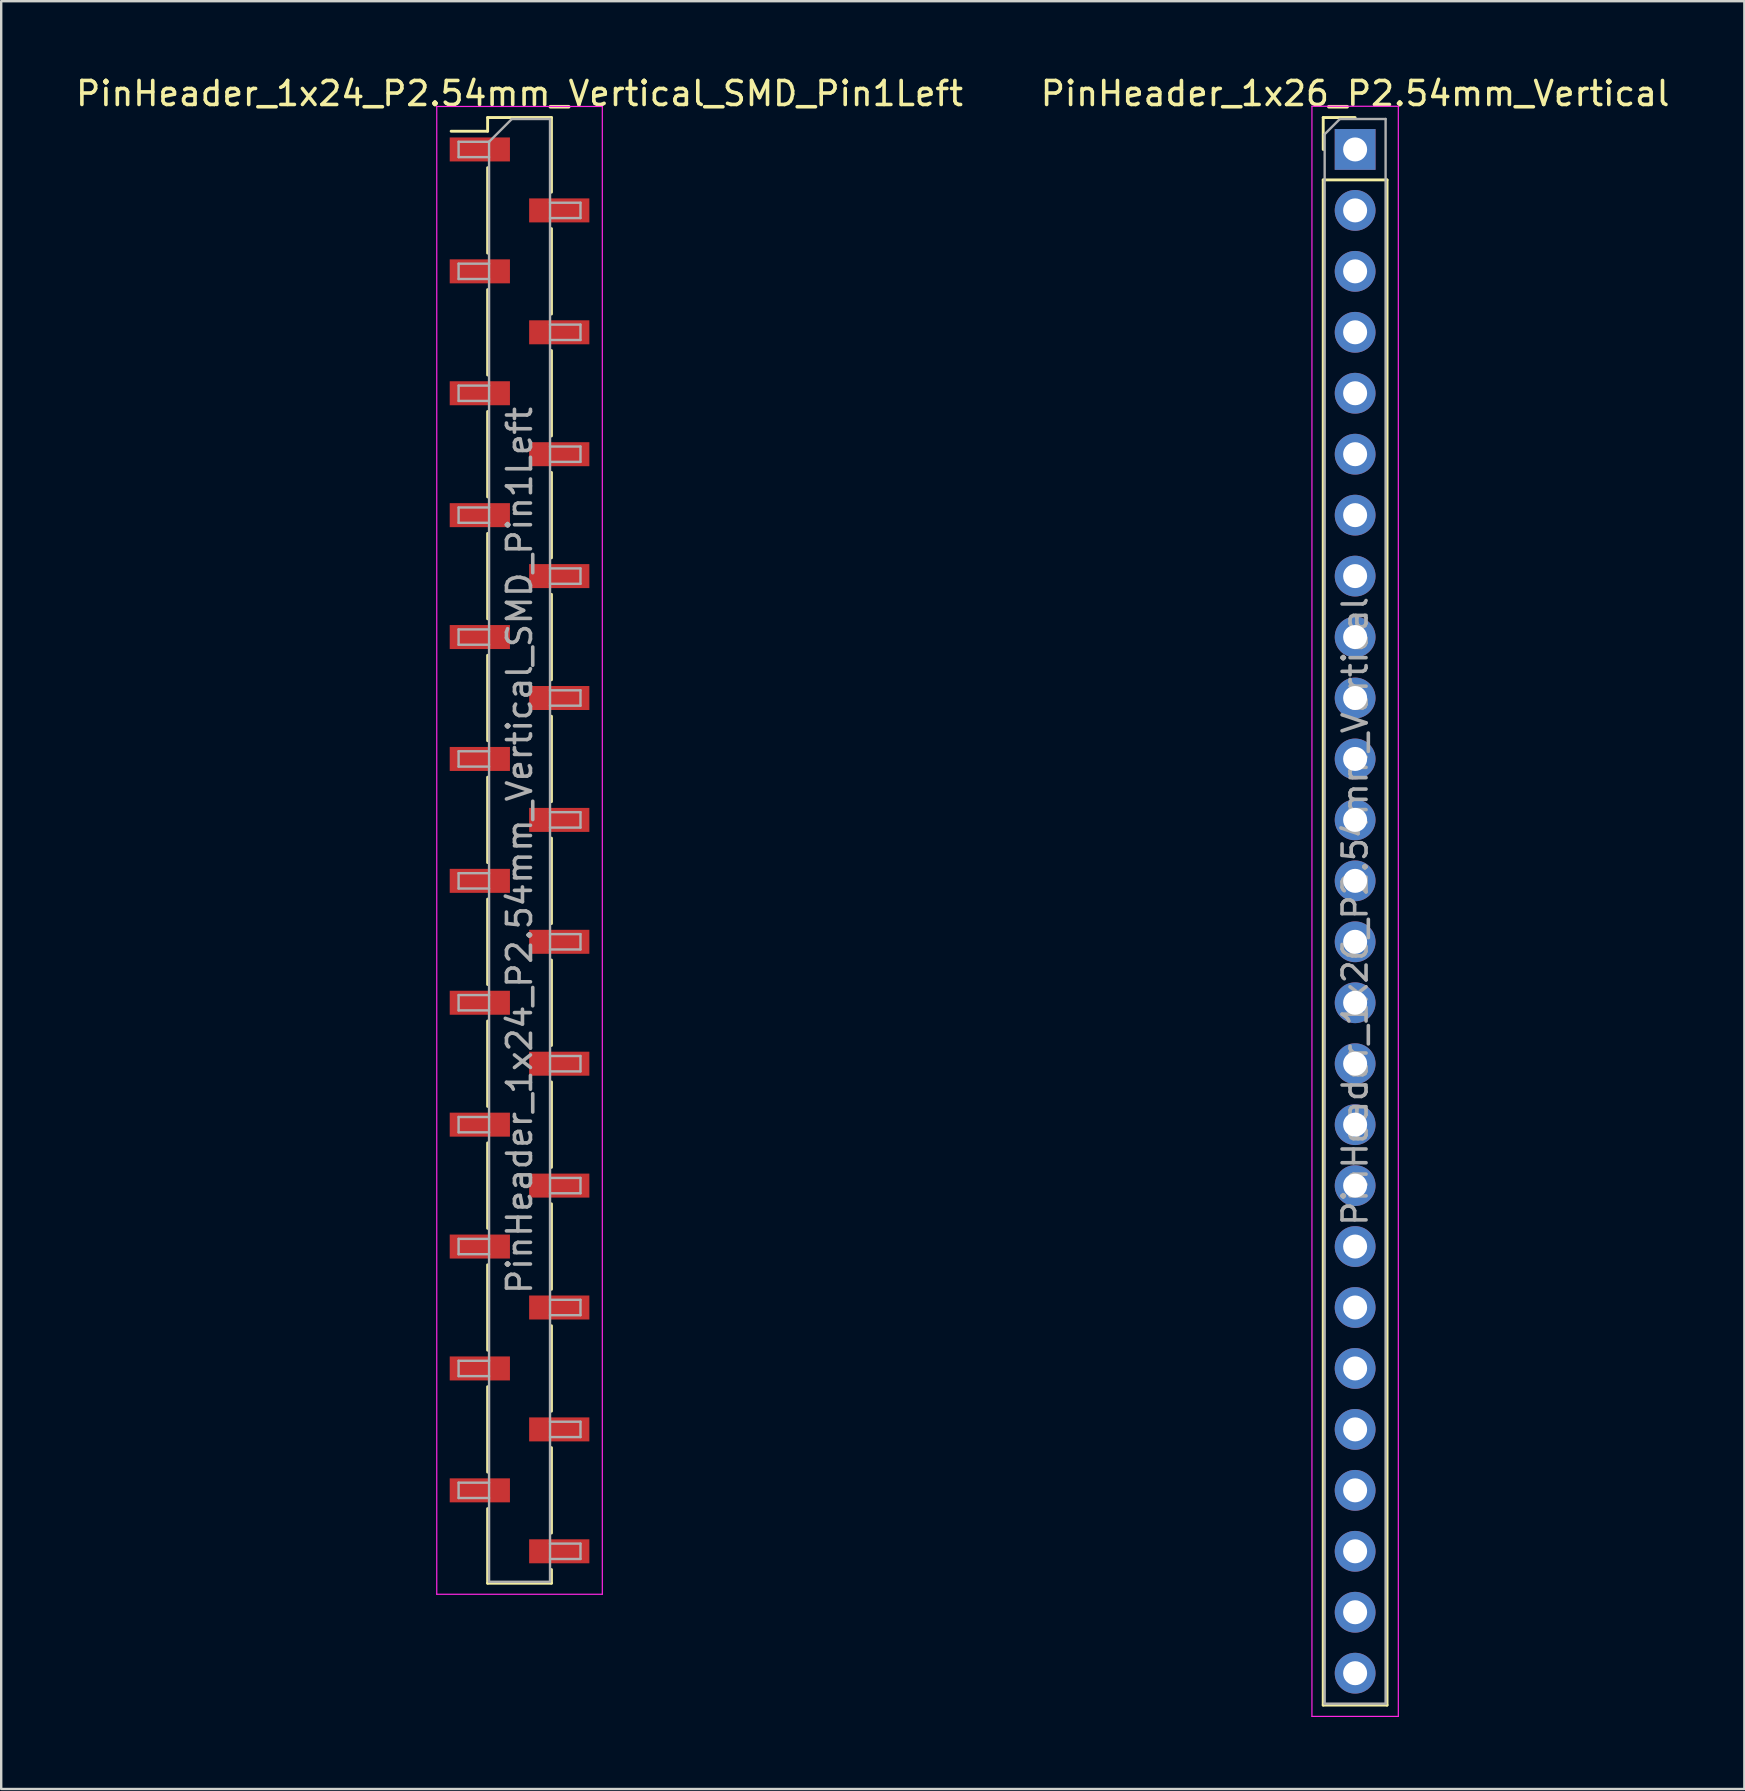
<source format=kicad_pcb>
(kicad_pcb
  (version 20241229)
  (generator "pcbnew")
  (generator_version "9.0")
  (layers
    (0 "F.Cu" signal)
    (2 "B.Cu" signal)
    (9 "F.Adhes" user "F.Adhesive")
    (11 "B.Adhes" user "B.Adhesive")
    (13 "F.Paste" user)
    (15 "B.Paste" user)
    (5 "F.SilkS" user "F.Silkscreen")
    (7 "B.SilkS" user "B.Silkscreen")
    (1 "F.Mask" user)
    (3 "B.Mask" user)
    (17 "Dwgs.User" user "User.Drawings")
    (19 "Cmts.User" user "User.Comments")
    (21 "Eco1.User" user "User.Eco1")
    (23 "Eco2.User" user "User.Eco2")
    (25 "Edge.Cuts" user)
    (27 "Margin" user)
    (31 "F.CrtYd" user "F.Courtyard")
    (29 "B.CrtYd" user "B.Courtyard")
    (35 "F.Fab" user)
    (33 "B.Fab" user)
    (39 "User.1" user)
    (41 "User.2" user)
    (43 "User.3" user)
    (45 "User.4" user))
  (footprint "PinHeader_1x26_P2.54mm_Vertical"
    (layer "F.Cu")
    (at 53.423 3.178)
    (property "Reference" "PinHeader_1x26_P2.54mm_Vertical" (at 0 -2.33 0) (layer "F.SilkS") (effects (font (size 1 1) (thickness 0.15))))
    (attr through_hole)
    (fp_line (start -1.33 -1.33) (end 0 -1.33) (stroke (width 0.12) (type solid)) (layer "F.SilkS"))
    (fp_line (start -1.33 0) (end -1.33 -1.33) (stroke (width 0.12) (type solid)) (layer "F.SilkS"))
    (fp_line (start -1.33 1.27) (end -1.33 64.83) (stroke (width 0.12) (type solid)) (layer "F.SilkS"))
    (fp_line (start -1.33 1.27) (end 1.33 1.27) (stroke (width 0.12) (type solid)) (layer "F.SilkS"))
    (fp_line (start -1.33 64.83) (end 1.33 64.83) (stroke (width 0.12) (type solid)) (layer "F.SilkS"))
    (fp_line (start 1.33 1.27) (end 1.33 64.83) (stroke (width 0.12) (type solid)) (layer "F.SilkS"))
    (fp_line (start -1.8 -1.8) (end -1.8 65.3) (stroke (width 0.05) (type solid)) (layer "F.CrtYd"))
    (fp_line (start -1.8 65.3) (end 1.8 65.3) (stroke (width 0.05) (type solid)) (layer "F.CrtYd"))
    (fp_line (start 1.8 -1.8) (end -1.8 -1.8) (stroke (width 0.05) (type solid)) (layer "F.CrtYd"))
    (fp_line (start 1.8 65.3) (end 1.8 -1.8) (stroke (width 0.05) (type solid)) (layer "F.CrtYd"))
    (fp_line (start -1.27 -0.635) (end -0.635 -1.27) (stroke (width 0.1) (type solid)) (layer "F.Fab"))
    (fp_line (start -1.27 64.77) (end -1.27 -0.635) (stroke (width 0.1) (type solid)) (layer "F.Fab"))
    (fp_line (start -0.635 -1.27) (end 1.27 -1.27) (stroke (width 0.1) (type solid)) (layer "F.Fab"))
    (fp_line (start 1.27 -1.27) (end 1.27 64.77) (stroke (width 0.1) (type solid)) (layer "F.Fab"))
    (fp_line (start 1.27 64.77) (end -1.27 64.77) (stroke (width 0.1) (type solid)) (layer "F.Fab"))
    (fp_text user "${REFERENCE}" (at 0 31.75 90) (layer "F.Fab") (effects (font (size 1 1) (thickness 0.15))))
    (pad "1" thru_hole rect (at 0 0) (size 1.7 1.7) (drill 1) (layers "*.Cu" "*.Mask"))
    (pad "2" thru_hole oval (at 0 2.54) (size 1.7 1.7) (drill 1) (layers "*.Cu" "*.Mask"))
    (pad "3" thru_hole oval (at 0 5.08) (size 1.7 1.7) (drill 1) (layers "*.Cu" "*.Mask"))
    (pad "4" thru_hole oval (at 0 7.62) (size 1.7 1.7) (drill 1) (layers "*.Cu" "*.Mask"))
    (pad "5" thru_hole oval (at 0 10.16) (size 1.7 1.7) (drill 1) (layers "*.Cu" "*.Mask"))
    (pad "6" thru_hole oval (at 0 12.7) (size 1.7 1.7) (drill 1) (layers "*.Cu" "*.Mask"))
    (pad "7" thru_hole oval (at 0 15.24) (size 1.7 1.7) (drill 1) (layers "*.Cu" "*.Mask"))
    (pad "8" thru_hole oval (at 0 17.78) (size 1.7 1.7) (drill 1) (layers "*.Cu" "*.Mask"))
    (pad "9" thru_hole oval (at 0 20.32) (size 1.7 1.7) (drill 1) (layers "*.Cu" "*.Mask"))
    (pad "10" thru_hole oval (at 0 22.86) (size 1.7 1.7) (drill 1) (layers "*.Cu" "*.Mask"))
    (pad "11" thru_hole oval (at 0 25.4) (size 1.7 1.7) (drill 1) (layers "*.Cu" "*.Mask"))
    (pad "12" thru_hole oval (at 0 27.94) (size 1.7 1.7) (drill 1) (layers "*.Cu" "*.Mask"))
    (pad "13" thru_hole oval (at 0 30.48) (size 1.7 1.7) (drill 1) (layers "*.Cu" "*.Mask"))
    (pad "14" thru_hole oval (at 0 33.02) (size 1.7 1.7) (drill 1) (layers "*.Cu" "*.Mask"))
    (pad "15" thru_hole oval (at 0 35.56) (size 1.7 1.7) (drill 1) (layers "*.Cu" "*.Mask"))
    (pad "16" thru_hole oval (at 0 38.1) (size 1.7 1.7) (drill 1) (layers "*.Cu" "*.Mask"))
    (pad "17" thru_hole oval (at 0 40.64) (size 1.7 1.7) (drill 1) (layers "*.Cu" "*.Mask"))
    (pad "18" thru_hole oval (at 0 43.18) (size 1.7 1.7) (drill 1) (layers "*.Cu" "*.Mask"))
    (pad "19" thru_hole oval (at 0 45.72) (size 1.7 1.7) (drill 1) (layers "*.Cu" "*.Mask"))
    (pad "20" thru_hole oval (at 0 48.26) (size 1.7 1.7) (drill 1) (layers "*.Cu" "*.Mask"))
    (pad "21" thru_hole oval (at 0 50.8) (size 1.7 1.7) (drill 1) (layers "*.Cu" "*.Mask"))
    (pad "22" thru_hole oval (at 0 53.34) (size 1.7 1.7) (drill 1) (layers "*.Cu" "*.Mask"))
    (pad "23" thru_hole oval (at 0 55.88) (size 1.7 1.7) (drill 1) (layers "*.Cu" "*.Mask"))
    (pad "24" thru_hole oval (at 0 58.42) (size 1.7 1.7) (drill 1) (layers "*.Cu" "*.Mask"))
    (pad "25" thru_hole oval (at 0 60.96) (size 1.7 1.7) (drill 1) (layers "*.Cu" "*.Mask"))
    (pad "26" thru_hole oval (at 0 63.5) (size 1.7 1.7) (drill 1) (layers "*.Cu" "*.Mask")))
  (footprint "PinHeader_1x24_P2.54mm_Vertical_SMD_Pin1Left"
    (layer "F.Cu")
    (at 18.601 32.388)
    (property "Reference" "PinHeader_1x24_P2.54mm_Vertical_SMD_Pin1Left" (at 0 -31.54 0) (layer "F.SilkS") (effects (font (size 1 1) (thickness 0.15))))
    (attr smd)
    (fp_line (start -1.33 -30.54) (end -1.33 -29.97) (stroke (width 0.12) (type solid)) (layer "F.SilkS"))
    (fp_line (start -1.33 -30.54) (end 1.33 -30.54) (stroke (width 0.12) (type solid)) (layer "F.SilkS"))
    (fp_line (start -1.33 -29.97) (end -2.85 -29.97) (stroke (width 0.12) (type solid)) (layer "F.SilkS"))
    (fp_line (start -1.33 -28.45) (end -1.33 -24.89) (stroke (width 0.12) (type solid)) (layer "F.SilkS"))
    (fp_line (start -1.33 -23.37) (end -1.33 -19.81) (stroke (width 0.12) (type solid)) (layer "F.SilkS"))
    (fp_line (start -1.33 -18.29) (end -1.33 -14.73) (stroke (width 0.12) (type solid)) (layer "F.SilkS"))
    (fp_line (start -1.33 -13.21) (end -1.33 -9.65) (stroke (width 0.12) (type solid)) (layer "F.SilkS"))
    (fp_line (start -1.33 -8.13) (end -1.33 -4.57) (stroke (width 0.12) (type solid)) (layer "F.SilkS"))
    (fp_line (start -1.33 -3.05) (end -1.33 0.51) (stroke (width 0.12) (type solid)) (layer "F.SilkS"))
    (fp_line (start -1.33 2.03) (end -1.33 5.59) (stroke (width 0.12) (type solid)) (layer "F.SilkS"))
    (fp_line (start -1.33 7.11) (end -1.33 10.67) (stroke (width 0.12) (type solid)) (layer "F.SilkS"))
    (fp_line (start -1.33 12.19) (end -1.33 15.75) (stroke (width 0.12) (type solid)) (layer "F.SilkS"))
    (fp_line (start -1.33 17.27) (end -1.33 20.83) (stroke (width 0.12) (type solid)) (layer "F.SilkS"))
    (fp_line (start -1.33 22.35) (end -1.33 25.91) (stroke (width 0.12) (type solid)) (layer "F.SilkS"))
    (fp_line (start -1.33 27.43) (end -1.33 30.54) (stroke (width 0.12) (type solid)) (layer "F.SilkS"))
    (fp_line (start -1.33 30.54) (end 1.33 30.54) (stroke (width 0.12) (type solid)) (layer "F.SilkS"))
    (fp_line (start 1.33 -30.54) (end 1.33 -27.43) (stroke (width 0.12) (type solid)) (layer "F.SilkS"))
    (fp_line (start 1.33 -25.91) (end 1.33 -22.35) (stroke (width 0.12) (type solid)) (layer "F.SilkS"))
    (fp_line (start 1.33 -20.83) (end 1.33 -17.27) (stroke (width 0.12) (type solid)) (layer "F.SilkS"))
    (fp_line (start 1.33 -15.75) (end 1.33 -12.19) (stroke (width 0.12) (type solid)) (layer "F.SilkS"))
    (fp_line (start 1.33 -10.67) (end 1.33 -7.11) (stroke (width 0.12) (type solid)) (layer "F.SilkS"))
    (fp_line (start 1.33 -5.59) (end 1.33 -2.03) (stroke (width 0.12) (type solid)) (layer "F.SilkS"))
    (fp_line (start 1.33 -0.51) (end 1.33 3.05) (stroke (width 0.12) (type solid)) (layer "F.SilkS"))
    (fp_line (start 1.33 4.57) (end 1.33 8.13) (stroke (width 0.12) (type solid)) (layer "F.SilkS"))
    (fp_line (start 1.33 9.65) (end 1.33 13.21) (stroke (width 0.12) (type solid)) (layer "F.SilkS"))
    (fp_line (start 1.33 14.73) (end 1.33 18.29) (stroke (width 0.12) (type solid)) (layer "F.SilkS"))
    (fp_line (start 1.33 19.81) (end 1.33 23.37) (stroke (width 0.12) (type solid)) (layer "F.SilkS"))
    (fp_line (start 1.33 24.89) (end 1.33 28.45) (stroke (width 0.12) (type solid)) (layer "F.SilkS"))
    (fp_line (start 1.33 29.97) (end 1.33 30.54) (stroke (width 0.12) (type solid)) (layer "F.SilkS"))
    (fp_line (start -3.45 -31) (end -3.45 31) (stroke (width 0.05) (type solid)) (layer "F.CrtYd"))
    (fp_line (start -3.45 31) (end 3.45 31) (stroke (width 0.05) (type solid)) (layer "F.CrtYd"))
    (fp_line (start 3.45 -31) (end -3.45 -31) (stroke (width 0.05) (type solid)) (layer "F.CrtYd"))
    (fp_line (start 3.45 31) (end 3.45 -31) (stroke (width 0.05) (type solid)) (layer "F.CrtYd"))
    (fp_line (start -2.54 -29.53) (end -2.54 -28.89) (stroke (width 0.1) (type solid)) (layer "F.Fab"))
    (fp_line (start -2.54 -28.89) (end -1.27 -28.89) (stroke (width 0.1) (type solid)) (layer "F.Fab"))
    (fp_line (start -2.54 -24.45) (end -2.54 -23.81) (stroke (width 0.1) (type solid)) (layer "F.Fab"))
    (fp_line (start -2.54 -23.81) (end -1.27 -23.81) (stroke (width 0.1) (type solid)) (layer "F.Fab"))
    (fp_line (start -2.54 -19.37) (end -2.54 -18.73) (stroke (width 0.1) (type solid)) (layer "F.Fab"))
    (fp_line (start -2.54 -18.73) (end -1.27 -18.73) (stroke (width 0.1) (type solid)) (layer "F.Fab"))
    (fp_line (start -2.54 -14.29) (end -2.54 -13.65) (stroke (width 0.1) (type solid)) (layer "F.Fab"))
    (fp_line (start -2.54 -13.65) (end -1.27 -13.65) (stroke (width 0.1) (type solid)) (layer "F.Fab"))
    (fp_line (start -2.54 -9.21) (end -2.54 -8.57) (stroke (width 0.1) (type solid)) (layer "F.Fab"))
    (fp_line (start -2.54 -8.57) (end -1.27 -8.57) (stroke (width 0.1) (type solid)) (layer "F.Fab"))
    (fp_line (start -2.54 -4.13) (end -2.54 -3.49) (stroke (width 0.1) (type solid)) (layer "F.Fab"))
    (fp_line (start -2.54 -3.49) (end -1.27 -3.49) (stroke (width 0.1) (type solid)) (layer "F.Fab"))
    (fp_line (start -2.54 0.95) (end -2.54 1.59) (stroke (width 0.1) (type solid)) (layer "F.Fab"))
    (fp_line (start -2.54 1.59) (end -1.27 1.59) (stroke (width 0.1) (type solid)) (layer "F.Fab"))
    (fp_line (start -2.54 6.03) (end -2.54 6.67) (stroke (width 0.1) (type solid)) (layer "F.Fab"))
    (fp_line (start -2.54 6.67) (end -1.27 6.67) (stroke (width 0.1) (type solid)) (layer "F.Fab"))
    (fp_line (start -2.54 11.11) (end -2.54 11.75) (stroke (width 0.1) (type solid)) (layer "F.Fab"))
    (fp_line (start -2.54 11.75) (end -1.27 11.75) (stroke (width 0.1) (type solid)) (layer "F.Fab"))
    (fp_line (start -2.54 16.19) (end -2.54 16.83) (stroke (width 0.1) (type solid)) (layer "F.Fab"))
    (fp_line (start -2.54 16.83) (end -1.27 16.83) (stroke (width 0.1) (type solid)) (layer "F.Fab"))
    (fp_line (start -2.54 21.27) (end -2.54 21.91) (stroke (width 0.1) (type solid)) (layer "F.Fab"))
    (fp_line (start -2.54 21.91) (end -1.27 21.91) (stroke (width 0.1) (type solid)) (layer "F.Fab"))
    (fp_line (start -2.54 26.35) (end -2.54 26.99) (stroke (width 0.1) (type solid)) (layer "F.Fab"))
    (fp_line (start -2.54 26.99) (end -1.27 26.99) (stroke (width 0.1) (type solid)) (layer "F.Fab"))
    (fp_line (start -1.27 -29.53) (end -2.54 -29.53) (stroke (width 0.1) (type solid)) (layer "F.Fab"))
    (fp_line (start -1.27 -29.53) (end -0.32 -30.48) (stroke (width 0.1) (type solid)) (layer "F.Fab"))
    (fp_line (start -1.27 -24.45) (end -2.54 -24.45) (stroke (width 0.1) (type solid)) (layer "F.Fab"))
    (fp_line (start -1.27 -19.37) (end -2.54 -19.37) (stroke (width 0.1) (type solid)) (layer "F.Fab"))
    (fp_line (start -1.27 -14.29) (end -2.54 -14.29) (stroke (width 0.1) (type solid)) (layer "F.Fab"))
    (fp_line (start -1.27 -9.21) (end -2.54 -9.21) (stroke (width 0.1) (type solid)) (layer "F.Fab"))
    (fp_line (start -1.27 -4.13) (end -2.54 -4.13) (stroke (width 0.1) (type solid)) (layer "F.Fab"))
    (fp_line (start -1.27 0.95) (end -2.54 0.95) (stroke (width 0.1) (type solid)) (layer "F.Fab"))
    (fp_line (start -1.27 6.03) (end -2.54 6.03) (stroke (width 0.1) (type solid)) (layer "F.Fab"))
    (fp_line (start -1.27 11.11) (end -2.54 11.11) (stroke (width 0.1) (type solid)) (layer "F.Fab"))
    (fp_line (start -1.27 16.19) (end -2.54 16.19) (stroke (width 0.1) (type solid)) (layer "F.Fab"))
    (fp_line (start -1.27 21.27) (end -2.54 21.27) (stroke (width 0.1) (type solid)) (layer "F.Fab"))
    (fp_line (start -1.27 26.35) (end -2.54 26.35) (stroke (width 0.1) (type solid)) (layer "F.Fab"))
    (fp_line (start -1.27 30.48) (end -1.27 -29.53) (stroke (width 0.1) (type solid)) (layer "F.Fab"))
    (fp_line (start -0.32 -30.48) (end 1.27 -30.48) (stroke (width 0.1) (type solid)) (layer "F.Fab"))
    (fp_line (start 1.27 -30.48) (end 1.27 30.48) (stroke (width 0.1) (type solid)) (layer "F.Fab"))
    (fp_line (start 1.27 -26.99) (end 2.54 -26.99) (stroke (width 0.1) (type solid)) (layer "F.Fab"))
    (fp_line (start 1.27 -21.91) (end 2.54 -21.91) (stroke (width 0.1) (type solid)) (layer "F.Fab"))
    (fp_line (start 1.27 -16.83) (end 2.54 -16.83) (stroke (width 0.1) (type solid)) (layer "F.Fab"))
    (fp_line (start 1.27 -11.75) (end 2.54 -11.75) (stroke (width 0.1) (type solid)) (layer "F.Fab"))
    (fp_line (start 1.27 -6.67) (end 2.54 -6.67) (stroke (width 0.1) (type solid)) (layer "F.Fab"))
    (fp_line (start 1.27 -1.59) (end 2.54 -1.59) (stroke (width 0.1) (type solid)) (layer "F.Fab"))
    (fp_line (start 1.27 3.49) (end 2.54 3.49) (stroke (width 0.1) (type solid)) (layer "F.Fab"))
    (fp_line (start 1.27 8.57) (end 2.54 8.57) (stroke (width 0.1) (type solid)) (layer "F.Fab"))
    (fp_line (start 1.27 13.65) (end 2.54 13.65) (stroke (width 0.1) (type solid)) (layer "F.Fab"))
    (fp_line (start 1.27 18.73) (end 2.54 18.73) (stroke (width 0.1) (type solid)) (layer "F.Fab"))
    (fp_line (start 1.27 23.81) (end 2.54 23.81) (stroke (width 0.1) (type solid)) (layer "F.Fab"))
    (fp_line (start 1.27 28.89) (end 2.54 28.89) (stroke (width 0.1) (type solid)) (layer "F.Fab"))
    (fp_line (start 1.27 30.48) (end -1.27 30.48) (stroke (width 0.1) (type solid)) (layer "F.Fab"))
    (fp_line (start 2.54 -26.99) (end 2.54 -26.35) (stroke (width 0.1) (type solid)) (layer "F.Fab"))
    (fp_line (start 2.54 -26.35) (end 1.27 -26.35) (stroke (width 0.1) (type solid)) (layer "F.Fab"))
    (fp_line (start 2.54 -21.91) (end 2.54 -21.27) (stroke (width 0.1) (type solid)) (layer "F.Fab"))
    (fp_line (start 2.54 -21.27) (end 1.27 -21.27) (stroke (width 0.1) (type solid)) (layer "F.Fab"))
    (fp_line (start 2.54 -16.83) (end 2.54 -16.19) (stroke (width 0.1) (type solid)) (layer "F.Fab"))
    (fp_line (start 2.54 -16.19) (end 1.27 -16.19) (stroke (width 0.1) (type solid)) (layer "F.Fab"))
    (fp_line (start 2.54 -11.75) (end 2.54 -11.11) (stroke (width 0.1) (type solid)) (layer "F.Fab"))
    (fp_line (start 2.54 -11.11) (end 1.27 -11.11) (stroke (width 0.1) (type solid)) (layer "F.Fab"))
    (fp_line (start 2.54 -6.67) (end 2.54 -6.03) (stroke (width 0.1) (type solid)) (layer "F.Fab"))
    (fp_line (start 2.54 -6.03) (end 1.27 -6.03) (stroke (width 0.1) (type solid)) (layer "F.Fab"))
    (fp_line (start 2.54 -1.59) (end 2.54 -0.95) (stroke (width 0.1) (type solid)) (layer "F.Fab"))
    (fp_line (start 2.54 -0.95) (end 1.27 -0.95) (stroke (width 0.1) (type solid)) (layer "F.Fab"))
    (fp_line (start 2.54 3.49) (end 2.54 4.13) (stroke (width 0.1) (type solid)) (layer "F.Fab"))
    (fp_line (start 2.54 4.13) (end 1.27 4.13) (stroke (width 0.1) (type solid)) (layer "F.Fab"))
    (fp_line (start 2.54 8.57) (end 2.54 9.21) (stroke (width 0.1) (type solid)) (layer "F.Fab"))
    (fp_line (start 2.54 9.21) (end 1.27 9.21) (stroke (width 0.1) (type solid)) (layer "F.Fab"))
    (fp_line (start 2.54 13.65) (end 2.54 14.29) (stroke (width 0.1) (type solid)) (layer "F.Fab"))
    (fp_line (start 2.54 14.29) (end 1.27 14.29) (stroke (width 0.1) (type solid)) (layer "F.Fab"))
    (fp_line (start 2.54 18.73) (end 2.54 19.37) (stroke (width 0.1) (type solid)) (layer "F.Fab"))
    (fp_line (start 2.54 19.37) (end 1.27 19.37) (stroke (width 0.1) (type solid)) (layer "F.Fab"))
    (fp_line (start 2.54 23.81) (end 2.54 24.45) (stroke (width 0.1) (type solid)) (layer "F.Fab"))
    (fp_line (start 2.54 24.45) (end 1.27 24.45) (stroke (width 0.1) (type solid)) (layer "F.Fab"))
    (fp_line (start 2.54 28.89) (end 2.54 29.53) (stroke (width 0.1) (type solid)) (layer "F.Fab"))
    (fp_line (start 2.54 29.53) (end 1.27 29.53) (stroke (width 0.1) (type solid)) (layer "F.Fab"))
    (fp_text user "${REFERENCE}" (at 0 0 90) (layer "F.Fab") (effects (font (size 1 1) (thickness 0.15))))
    (pad "1" smd rect (at -1.655 -29.21) (size 2.51 1) (layers "F.Cu" "F.Mask" "F.Paste"))
    (pad "2" smd rect (at 1.655 -26.67) (size 2.51 1) (layers "F.Cu" "F.Mask" "F.Paste"))
    (pad "3" smd rect (at -1.655 -24.13) (size 2.51 1) (layers "F.Cu" "F.Mask" "F.Paste"))
    (pad "4" smd rect (at 1.655 -21.59) (size 2.51 1) (layers "F.Cu" "F.Mask" "F.Paste"))
    (pad "5" smd rect (at -1.655 -19.05) (size 2.51 1) (layers "F.Cu" "F.Mask" "F.Paste"))
    (pad "6" smd rect (at 1.655 -16.51) (size 2.51 1) (layers "F.Cu" "F.Mask" "F.Paste"))
    (pad "7" smd rect (at -1.655 -13.97) (size 2.51 1) (layers "F.Cu" "F.Mask" "F.Paste"))
    (pad "8" smd rect (at 1.655 -11.43) (size 2.51 1) (layers "F.Cu" "F.Mask" "F.Paste"))
    (pad "9" smd rect (at -1.655 -8.89) (size 2.51 1) (layers "F.Cu" "F.Mask" "F.Paste"))
    (pad "10" smd rect (at 1.655 -6.35) (size 2.51 1) (layers "F.Cu" "F.Mask" "F.Paste"))
    (pad "11" smd rect (at -1.655 -3.81) (size 2.51 1) (layers "F.Cu" "F.Mask" "F.Paste"))
    (pad "12" smd rect (at 1.655 -1.27) (size 2.51 1) (layers "F.Cu" "F.Mask" "F.Paste"))
    (pad "13" smd rect (at -1.655 1.27) (size 2.51 1) (layers "F.Cu" "F.Mask" "F.Paste"))
    (pad "14" smd rect (at 1.655 3.81) (size 2.51 1) (layers "F.Cu" "F.Mask" "F.Paste"))
    (pad "15" smd rect (at -1.655 6.35) (size 2.51 1) (layers "F.Cu" "F.Mask" "F.Paste"))
    (pad "16" smd rect (at 1.655 8.89) (size 2.51 1) (layers "F.Cu" "F.Mask" "F.Paste"))
    (pad "17" smd rect (at -1.655 11.43) (size 2.51 1) (layers "F.Cu" "F.Mask" "F.Paste"))
    (pad "18" smd rect (at 1.655 13.97) (size 2.51 1) (layers "F.Cu" "F.Mask" "F.Paste"))
    (pad "19" smd rect (at -1.655 16.51) (size 2.51 1) (layers "F.Cu" "F.Mask" "F.Paste"))
    (pad "20" smd rect (at 1.655 19.05) (size 2.51 1) (layers "F.Cu" "F.Mask" "F.Paste"))
    (pad "21" smd rect (at -1.655 21.59) (size 2.51 1) (layers "F.Cu" "F.Mask" "F.Paste"))
    (pad "22" smd rect (at 1.655 24.13) (size 2.51 1) (layers "F.Cu" "F.Mask" "F.Paste"))
    (pad "23" smd rect (at -1.655 26.67) (size 2.51 1) (layers "F.Cu" "F.Mask" "F.Paste"))
    (pad "24" smd rect (at 1.655 29.21) (size 2.51 1) (layers "F.Cu" "F.Mask" "F.Paste")))
  (gr_rect
    (start -3 -3)
    (end 69.643 71.503)
    (stroke (width 0.1) (type default))
    (fill no)
    (layer "Edge.Cuts")))
</source>
